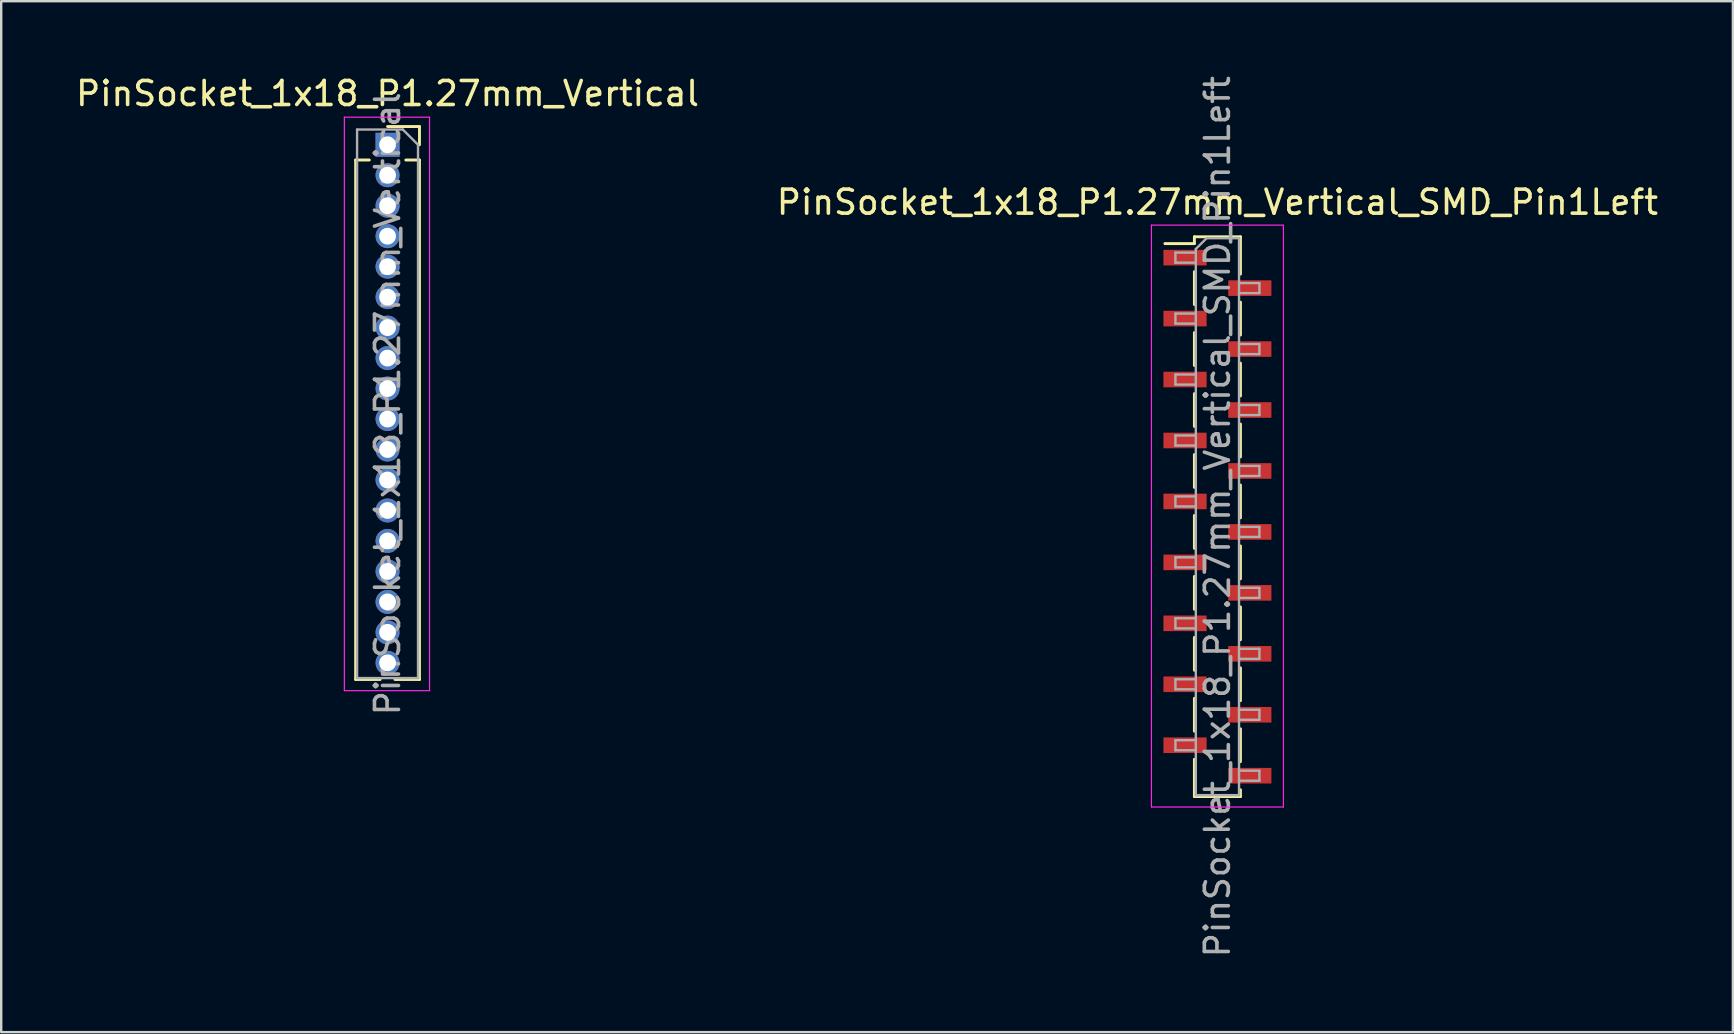
<source format=kicad_pcb>
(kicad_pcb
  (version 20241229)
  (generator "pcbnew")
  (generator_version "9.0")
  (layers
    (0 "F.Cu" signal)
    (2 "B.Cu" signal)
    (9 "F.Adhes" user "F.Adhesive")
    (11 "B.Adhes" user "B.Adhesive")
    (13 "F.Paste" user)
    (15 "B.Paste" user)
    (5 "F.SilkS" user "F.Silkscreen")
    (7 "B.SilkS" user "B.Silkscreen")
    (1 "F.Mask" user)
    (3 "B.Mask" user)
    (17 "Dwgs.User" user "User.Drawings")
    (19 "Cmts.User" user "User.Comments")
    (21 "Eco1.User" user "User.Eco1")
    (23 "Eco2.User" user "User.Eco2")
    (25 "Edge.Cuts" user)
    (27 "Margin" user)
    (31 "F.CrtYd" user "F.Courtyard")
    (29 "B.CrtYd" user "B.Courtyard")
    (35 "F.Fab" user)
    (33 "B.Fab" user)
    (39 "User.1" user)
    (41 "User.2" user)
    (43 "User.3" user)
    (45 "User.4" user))
  (footprint "PinSocket_1x18_P1.27mm_Vertical_SMD_Pin1Left"
    (layer "F.Cu")
    (at 47.685 18.482)
    (property "Reference" "PinSocket_1x18_P1.27mm_Vertical_SMD_Pin1Left" (at 0 -13.105 0) (layer "F.SilkS") (effects (font (size 1 1) (thickness 0.15))))
    (attr smd)
    (fp_line (start -2.19 -11.38) (end -0.96 -11.38) (stroke (width 0.12) (type solid)) (layer "F.SilkS"))
    (fp_line (start -0.96 -11.665) (end -0.96 -11.38) (stroke (width 0.12) (type solid)) (layer "F.SilkS"))
    (fp_line (start -0.96 -11.665) (end 0.96 -11.665) (stroke (width 0.12) (type solid)) (layer "F.SilkS"))
    (fp_line (start -0.96 -10.21) (end -0.96 -8.84) (stroke (width 0.12) (type solid)) (layer "F.SilkS"))
    (fp_line (start -0.96 -7.67) (end -0.96 -6.3) (stroke (width 0.12) (type solid)) (layer "F.SilkS"))
    (fp_line (start -0.96 -5.13) (end -0.96 -3.76) (stroke (width 0.12) (type solid)) (layer "F.SilkS"))
    (fp_line (start -0.96 -2.59) (end -0.96 -1.22) (stroke (width 0.12) (type solid)) (layer "F.SilkS"))
    (fp_line (start -0.96 -0.05) (end -0.96 1.32) (stroke (width 0.12) (type solid)) (layer "F.SilkS"))
    (fp_line (start -0.96 2.49) (end -0.96 3.86) (stroke (width 0.12) (type solid)) (layer "F.SilkS"))
    (fp_line (start -0.96 5.03) (end -0.96 6.4) (stroke (width 0.12) (type solid)) (layer "F.SilkS"))
    (fp_line (start -0.96 7.57) (end -0.96 8.94) (stroke (width 0.12) (type solid)) (layer "F.SilkS"))
    (fp_line (start -0.96 10.11) (end -0.96 11.665) (stroke (width 0.12) (type solid)) (layer "F.SilkS"))
    (fp_line (start -0.96 11.665) (end 0.96 11.665) (stroke (width 0.12) (type solid)) (layer "F.SilkS"))
    (fp_line (start 0.96 -11.665) (end 0.96 -10.11) (stroke (width 0.12) (type solid)) (layer "F.SilkS"))
    (fp_line (start 0.96 -8.94) (end 0.96 -7.57) (stroke (width 0.12) (type solid)) (layer "F.SilkS"))
    (fp_line (start 0.96 -6.4) (end 0.96 -5.03) (stroke (width 0.12) (type solid)) (layer "F.SilkS"))
    (fp_line (start 0.96 -3.86) (end 0.96 -2.49) (stroke (width 0.12) (type solid)) (layer "F.SilkS"))
    (fp_line (start 0.96 -1.32) (end 0.96 0.05) (stroke (width 0.12) (type solid)) (layer "F.SilkS"))
    (fp_line (start 0.96 1.22) (end 0.96 2.59) (stroke (width 0.12) (type solid)) (layer "F.SilkS"))
    (fp_line (start 0.96 3.76) (end 0.96 5.13) (stroke (width 0.12) (type solid)) (layer "F.SilkS"))
    (fp_line (start 0.96 6.3) (end 0.96 7.67) (stroke (width 0.12) (type solid)) (layer "F.SilkS"))
    (fp_line (start 0.96 8.84) (end 0.96 10.21) (stroke (width 0.12) (type solid)) (layer "F.SilkS"))
    (fp_line (start 0.96 11.38) (end 0.96 11.665) (stroke (width 0.12) (type solid)) (layer "F.SilkS"))
    (fp_line (start -2.75 -12.15) (end 2.75 -12.15) (stroke (width 0.05) (type solid)) (layer "F.CrtYd"))
    (fp_line (start -2.75 12.1) (end -2.75 -12.15) (stroke (width 0.05) (type solid)) (layer "F.CrtYd"))
    (fp_line (start 2.75 -12.15) (end 2.75 12.1) (stroke (width 0.05) (type solid)) (layer "F.CrtYd"))
    (fp_line (start 2.75 12.1) (end -2.75 12.1) (stroke (width 0.05) (type solid)) (layer "F.CrtYd"))
    (fp_line (start -1.75 -11.005) (end -0.9 -11.005) (stroke (width 0.1) (type solid)) (layer "F.Fab"))
    (fp_line (start -1.75 -10.585) (end -1.75 -11.005) (stroke (width 0.1) (type solid)) (layer "F.Fab"))
    (fp_line (start -1.75 -8.465) (end -0.9 -8.465) (stroke (width 0.1) (type solid)) (layer "F.Fab"))
    (fp_line (start -1.75 -8.045) (end -1.75 -8.465) (stroke (width 0.1) (type solid)) (layer "F.Fab"))
    (fp_line (start -1.75 -5.925) (end -0.9 -5.925) (stroke (width 0.1) (type solid)) (layer "F.Fab"))
    (fp_line (start -1.75 -5.505) (end -1.75 -5.925) (stroke (width 0.1) (type solid)) (layer "F.Fab"))
    (fp_line (start -1.75 -3.385) (end -0.9 -3.385) (stroke (width 0.1) (type solid)) (layer "F.Fab"))
    (fp_line (start -1.75 -2.965) (end -1.75 -3.385) (stroke (width 0.1) (type solid)) (layer "F.Fab"))
    (fp_line (start -1.75 -0.845) (end -0.9 -0.845) (stroke (width 0.1) (type solid)) (layer "F.Fab"))
    (fp_line (start -1.75 -0.425) (end -1.75 -0.845) (stroke (width 0.1) (type solid)) (layer "F.Fab"))
    (fp_line (start -1.75 1.695) (end -0.9 1.695) (stroke (width 0.1) (type solid)) (layer "F.Fab"))
    (fp_line (start -1.75 2.115) (end -1.75 1.695) (stroke (width 0.1) (type solid)) (layer "F.Fab"))
    (fp_line (start -1.75 4.235) (end -0.9 4.235) (stroke (width 0.1) (type solid)) (layer "F.Fab"))
    (fp_line (start -1.75 4.655) (end -1.75 4.235) (stroke (width 0.1) (type solid)) (layer "F.Fab"))
    (fp_line (start -1.75 6.775) (end -0.9 6.775) (stroke (width 0.1) (type solid)) (layer "F.Fab"))
    (fp_line (start -1.75 7.195) (end -1.75 6.775) (stroke (width 0.1) (type solid)) (layer "F.Fab"))
    (fp_line (start -1.75 9.315) (end -0.9 9.315) (stroke (width 0.1) (type solid)) (layer "F.Fab"))
    (fp_line (start -1.75 9.735) (end -1.75 9.315) (stroke (width 0.1) (type solid)) (layer "F.Fab"))
    (fp_line (start -0.9 -11.155) (end -0.45 -11.605) (stroke (width 0.1) (type solid)) (layer "F.Fab"))
    (fp_line (start -0.9 -10.585) (end -1.75 -10.585) (stroke (width 0.1) (type solid)) (layer "F.Fab"))
    (fp_line (start -0.9 -8.045) (end -1.75 -8.045) (stroke (width 0.1) (type solid)) (layer "F.Fab"))
    (fp_line (start -0.9 -5.505) (end -1.75 -5.505) (stroke (width 0.1) (type solid)) (layer "F.Fab"))
    (fp_line (start -0.9 -2.965) (end -1.75 -2.965) (stroke (width 0.1) (type solid)) (layer "F.Fab"))
    (fp_line (start -0.9 -0.425) (end -1.75 -0.425) (stroke (width 0.1) (type solid)) (layer "F.Fab"))
    (fp_line (start -0.9 2.115) (end -1.75 2.115) (stroke (width 0.1) (type solid)) (layer "F.Fab"))
    (fp_line (start -0.9 4.655) (end -1.75 4.655) (stroke (width 0.1) (type solid)) (layer "F.Fab"))
    (fp_line (start -0.9 7.195) (end -1.75 7.195) (stroke (width 0.1) (type solid)) (layer "F.Fab"))
    (fp_line (start -0.9 9.735) (end -1.75 9.735) (stroke (width 0.1) (type solid)) (layer "F.Fab"))
    (fp_line (start -0.9 11.605) (end -0.9 -11.155) (stroke (width 0.1) (type solid)) (layer "F.Fab"))
    (fp_line (start -0.45 -11.605) (end 0.9 -11.605) (stroke (width 0.1) (type solid)) (layer "F.Fab"))
    (fp_line (start 0.9 -11.605) (end 0.9 11.605) (stroke (width 0.1) (type solid)) (layer "F.Fab"))
    (fp_line (start 0.9 -9.735) (end 1.75 -9.735) (stroke (width 0.1) (type solid)) (layer "F.Fab"))
    (fp_line (start 0.9 -7.195) (end 1.75 -7.195) (stroke (width 0.1) (type solid)) (layer "F.Fab"))
    (fp_line (start 0.9 -4.655) (end 1.75 -4.655) (stroke (width 0.1) (type solid)) (layer "F.Fab"))
    (fp_line (start 0.9 -2.115) (end 1.75 -2.115) (stroke (width 0.1) (type solid)) (layer "F.Fab"))
    (fp_line (start 0.9 0.425) (end 1.75 0.425) (stroke (width 0.1) (type solid)) (layer "F.Fab"))
    (fp_line (start 0.9 2.965) (end 1.75 2.965) (stroke (width 0.1) (type solid)) (layer "F.Fab"))
    (fp_line (start 0.9 5.505) (end 1.75 5.505) (stroke (width 0.1) (type solid)) (layer "F.Fab"))
    (fp_line (start 0.9 8.045) (end 1.75 8.045) (stroke (width 0.1) (type solid)) (layer "F.Fab"))
    (fp_line (start 0.9 10.585) (end 1.75 10.585) (stroke (width 0.1) (type solid)) (layer "F.Fab"))
    (fp_line (start 0.9 11.605) (end -0.9 11.605) (stroke (width 0.1) (type solid)) (layer "F.Fab"))
    (fp_line (start 1.75 -9.735) (end 1.75 -9.315) (stroke (width 0.1) (type solid)) (layer "F.Fab"))
    (fp_line (start 1.75 -9.315) (end 0.9 -9.315) (stroke (width 0.1) (type solid)) (layer "F.Fab"))
    (fp_line (start 1.75 -7.195) (end 1.75 -6.775) (stroke (width 0.1) (type solid)) (layer "F.Fab"))
    (fp_line (start 1.75 -6.775) (end 0.9 -6.775) (stroke (width 0.1) (type solid)) (layer "F.Fab"))
    (fp_line (start 1.75 -4.655) (end 1.75 -4.235) (stroke (width 0.1) (type solid)) (layer "F.Fab"))
    (fp_line (start 1.75 -4.235) (end 0.9 -4.235) (stroke (width 0.1) (type solid)) (layer "F.Fab"))
    (fp_line (start 1.75 -2.115) (end 1.75 -1.695) (stroke (width 0.1) (type solid)) (layer "F.Fab"))
    (fp_line (start 1.75 -1.695) (end 0.9 -1.695) (stroke (width 0.1) (type solid)) (layer "F.Fab"))
    (fp_line (start 1.75 0.425) (end 1.75 0.845) (stroke (width 0.1) (type solid)) (layer "F.Fab"))
    (fp_line (start 1.75 0.845) (end 0.9 0.845) (stroke (width 0.1) (type solid)) (layer "F.Fab"))
    (fp_line (start 1.75 2.965) (end 1.75 3.385) (stroke (width 0.1) (type solid)) (layer "F.Fab"))
    (fp_line (start 1.75 3.385) (end 0.9 3.385) (stroke (width 0.1) (type solid)) (layer "F.Fab"))
    (fp_line (start 1.75 5.505) (end 1.75 5.925) (stroke (width 0.1) (type solid)) (layer "F.Fab"))
    (fp_line (start 1.75 5.925) (end 0.9 5.925) (stroke (width 0.1) (type solid)) (layer "F.Fab"))
    (fp_line (start 1.75 8.045) (end 1.75 8.465) (stroke (width 0.1) (type solid)) (layer "F.Fab"))
    (fp_line (start 1.75 8.465) (end 0.9 8.465) (stroke (width 0.1) (type solid)) (layer "F.Fab"))
    (fp_line (start 1.75 10.585) (end 1.75 11.005) (stroke (width 0.1) (type solid)) (layer "F.Fab"))
    (fp_line (start 1.75 11.005) (end 0.9 11.005) (stroke (width 0.1) (type solid)) (layer "F.Fab"))
    (fp_text user "${REFERENCE}" (at 0 0 90) (layer "F.Fab") (effects (font (size 1 1) (thickness 0.15))))
    (pad "1" smd rect (at -1.35 -10.795) (size 1.8 0.65) (layers "F.Cu" "F.Mask" "F.Paste"))
    (pad "2" smd rect (at 1.35 -9.525) (size 1.8 0.65) (layers "F.Cu" "F.Mask" "F.Paste"))
    (pad "3" smd rect (at -1.35 -8.255) (size 1.8 0.65) (layers "F.Cu" "F.Mask" "F.Paste"))
    (pad "4" smd rect (at 1.35 -6.985) (size 1.8 0.65) (layers "F.Cu" "F.Mask" "F.Paste"))
    (pad "5" smd rect (at -1.35 -5.715) (size 1.8 0.65) (layers "F.Cu" "F.Mask" "F.Paste"))
    (pad "6" smd rect (at 1.35 -4.445) (size 1.8 0.65) (layers "F.Cu" "F.Mask" "F.Paste"))
    (pad "7" smd rect (at -1.35 -3.175) (size 1.8 0.65) (layers "F.Cu" "F.Mask" "F.Paste"))
    (pad "8" smd rect (at 1.35 -1.905) (size 1.8 0.65) (layers "F.Cu" "F.Mask" "F.Paste"))
    (pad "9" smd rect (at -1.35 -0.635) (size 1.8 0.65) (layers "F.Cu" "F.Mask" "F.Paste"))
    (pad "10" smd rect (at 1.35 0.635) (size 1.8 0.65) (layers "F.Cu" "F.Mask" "F.Paste"))
    (pad "11" smd rect (at -1.35 1.905) (size 1.8 0.65) (layers "F.Cu" "F.Mask" "F.Paste"))
    (pad "12" smd rect (at 1.35 3.175) (size 1.8 0.65) (layers "F.Cu" "F.Mask" "F.Paste"))
    (pad "13" smd rect (at -1.35 4.445) (size 1.8 0.65) (layers "F.Cu" "F.Mask" "F.Paste"))
    (pad "14" smd rect (at 1.35 5.715) (size 1.8 0.65) (layers "F.Cu" "F.Mask" "F.Paste"))
    (pad "15" smd rect (at -1.35 6.985) (size 1.8 0.65) (layers "F.Cu" "F.Mask" "F.Paste"))
    (pad "16" smd rect (at 1.35 8.255) (size 1.8 0.65) (layers "F.Cu" "F.Mask" "F.Paste"))
    (pad "17" smd rect (at -1.35 9.525) (size 1.8 0.65) (layers "F.Cu" "F.Mask" "F.Paste"))
    (pad "18" smd rect (at 1.35 10.795) (size 1.8 0.65) (layers "F.Cu" "F.Mask" "F.Paste")))
  (footprint "PinSocket_1x18_P1.27mm_Vertical"
    (layer "F.Cu")
    (at 13.101 2.983)
    (property "Reference" "PinSocket_1x18_P1.27mm_Vertical" (at 0 -2.135 0) (layer "F.SilkS") (effects (font (size 1 1) (thickness 0.15))))
    (attr through_hole)
    (fp_line (start -1.33 0.635) (end -1.33 22.285) (stroke (width 0.12) (type solid)) (layer "F.SilkS"))
    (fp_line (start -1.33 0.635) (end -0.76 0.635) (stroke (width 0.12) (type solid)) (layer "F.SilkS"))
    (fp_line (start -1.33 22.285) (end -0.308 22.285) (stroke (width 0.12) (type solid)) (layer "F.SilkS"))
    (fp_line (start 0 -0.76) (end 1.33 -0.76) (stroke (width 0.12) (type solid)) (layer "F.SilkS"))
    (fp_line (start 0.308 22.285) (end 1.33 22.285) (stroke (width 0.12) (type solid)) (layer "F.SilkS"))
    (fp_line (start 0.76 0.635) (end 1.33 0.635) (stroke (width 0.12) (type solid)) (layer "F.SilkS"))
    (fp_line (start 1.33 -0.76) (end 1.33 0) (stroke (width 0.12) (type solid)) (layer "F.SilkS"))
    (fp_line (start 1.33 0.635) (end 1.33 22.285) (stroke (width 0.12) (type solid)) (layer "F.SilkS"))
    (fp_line (start -1.8 -1.15) (end 1.75 -1.15) (stroke (width 0.05) (type solid)) (layer "F.CrtYd"))
    (fp_line (start -1.8 22.75) (end -1.8 -1.15) (stroke (width 0.05) (type solid)) (layer "F.CrtYd"))
    (fp_line (start 1.75 -1.15) (end 1.75 22.75) (stroke (width 0.05) (type solid)) (layer "F.CrtYd"))
    (fp_line (start 1.75 22.75) (end -1.8 22.75) (stroke (width 0.05) (type solid)) (layer "F.CrtYd"))
    (fp_line (start -1.27 -0.635) (end 0.635 -0.635) (stroke (width 0.1) (type solid)) (layer "F.Fab"))
    (fp_line (start -1.27 22.225) (end -1.27 -0.635) (stroke (width 0.1) (type solid)) (layer "F.Fab"))
    (fp_line (start 0.635 -0.635) (end 1.27 0) (stroke (width 0.1) (type solid)) (layer "F.Fab"))
    (fp_line (start 1.27 0) (end 1.27 22.225) (stroke (width 0.1) (type solid)) (layer "F.Fab"))
    (fp_line (start 1.27 22.225) (end -1.27 22.225) (stroke (width 0.1) (type solid)) (layer "F.Fab"))
    (fp_text user "${REFERENCE}" (at 0 10.795 90) (layer "F.Fab") (effects (font (size 1 1) (thickness 0.15))))
    (pad "1" thru_hole rect (at 0 0) (size 1 1) (drill 0.7) (layers "*.Cu" "*.Mask"))
    (pad "2" thru_hole oval (at 0 1.27) (size 1 1) (drill 0.7) (layers "*.Cu" "*.Mask"))
    (pad "3" thru_hole oval (at 0 2.54) (size 1 1) (drill 0.7) (layers "*.Cu" "*.Mask"))
    (pad "4" thru_hole oval (at 0 3.81) (size 1 1) (drill 0.7) (layers "*.Cu" "*.Mask"))
    (pad "5" thru_hole oval (at 0 5.08) (size 1 1) (drill 0.7) (layers "*.Cu" "*.Mask"))
    (pad "6" thru_hole oval (at 0 6.35) (size 1 1) (drill 0.7) (layers "*.Cu" "*.Mask"))
    (pad "7" thru_hole oval (at 0 7.62) (size 1 1) (drill 0.7) (layers "*.Cu" "*.Mask"))
    (pad "8" thru_hole oval (at 0 8.89) (size 1 1) (drill 0.7) (layers "*.Cu" "*.Mask"))
    (pad "9" thru_hole oval (at 0 10.16) (size 1 1) (drill 0.7) (layers "*.Cu" "*.Mask"))
    (pad "10" thru_hole oval (at 0 11.43) (size 1 1) (drill 0.7) (layers "*.Cu" "*.Mask"))
    (pad "11" thru_hole oval (at 0 12.7) (size 1 1) (drill 0.7) (layers "*.Cu" "*.Mask"))
    (pad "12" thru_hole oval (at 0 13.97) (size 1 1) (drill 0.7) (layers "*.Cu" "*.Mask"))
    (pad "13" thru_hole oval (at 0 15.24) (size 1 1) (drill 0.7) (layers "*.Cu" "*.Mask"))
    (pad "14" thru_hole oval (at 0 16.51) (size 1 1) (drill 0.7) (layers "*.Cu" "*.Mask"))
    (pad "15" thru_hole oval (at 0 17.78) (size 1 1) (drill 0.7) (layers "*.Cu" "*.Mask"))
    (pad "16" thru_hole oval (at 0 19.05) (size 1 1) (drill 0.7) (layers "*.Cu" "*.Mask"))
    (pad "17" thru_hole oval (at 0 20.32) (size 1 1) (drill 0.7) (layers "*.Cu" "*.Mask"))
    (pad "18" thru_hole oval (at 0 21.59) (size 1 1) (drill 0.7) (layers "*.Cu" "*.Mask")))
  (gr_rect
    (start -3 -3)
    (end 69.167 39.964)
    (stroke (width 0.1) (type default))
    (fill no)
    (layer "Edge.Cuts")))
</source>
